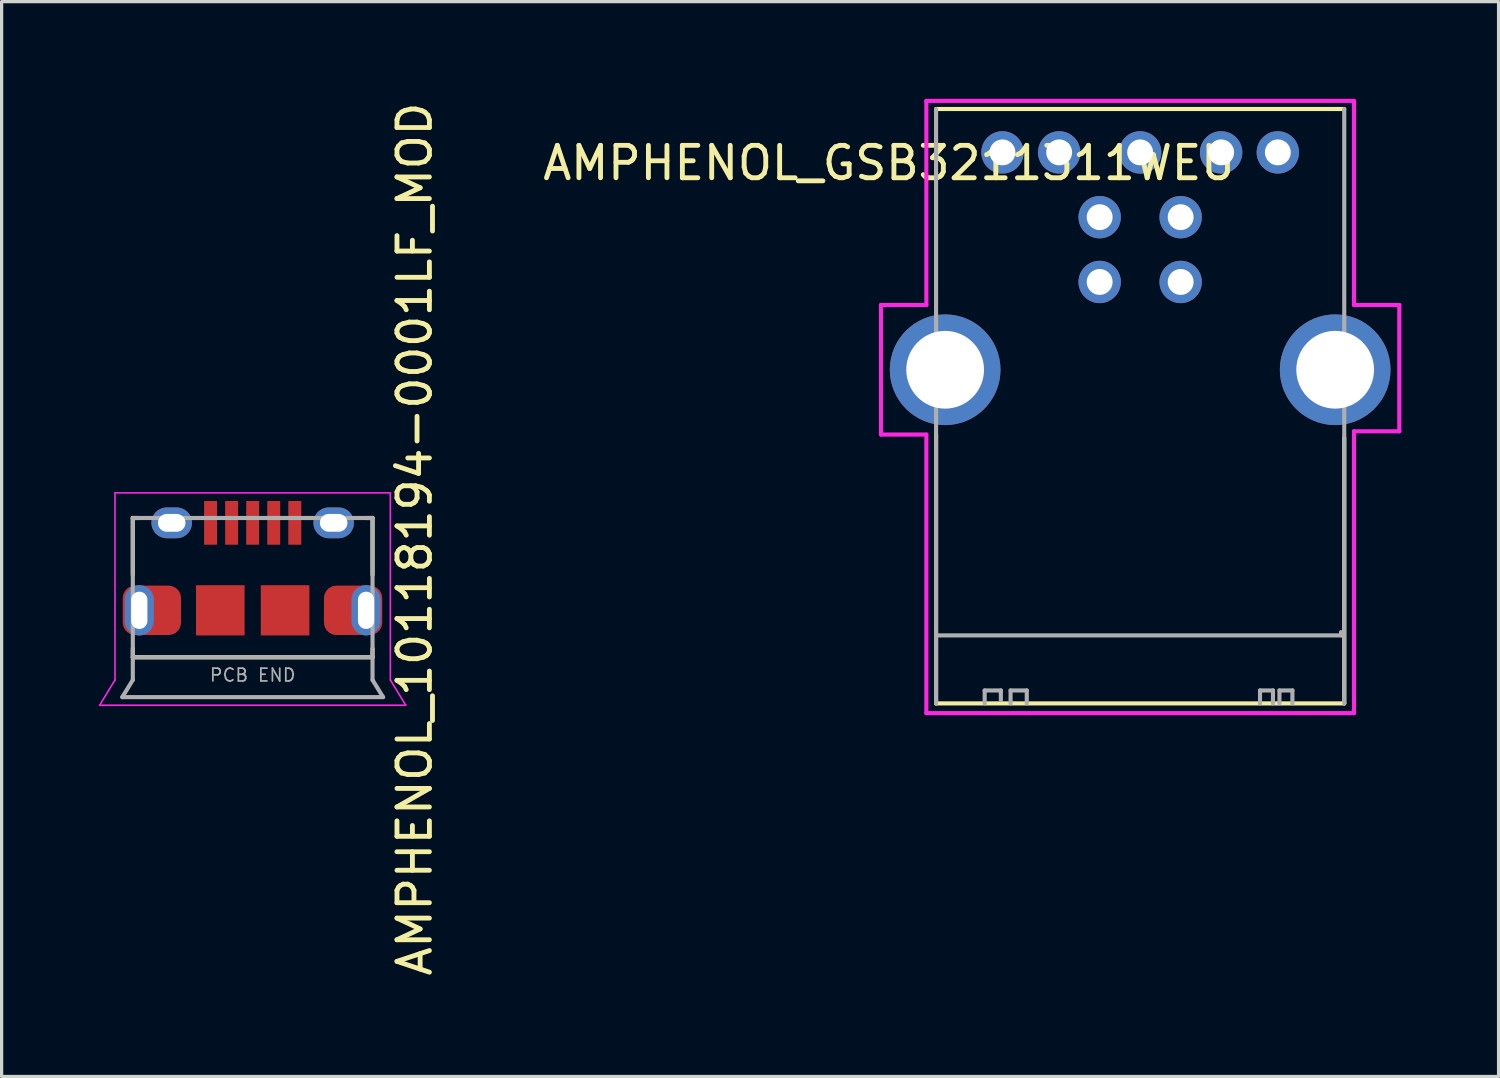
<source format=kicad_pcb>
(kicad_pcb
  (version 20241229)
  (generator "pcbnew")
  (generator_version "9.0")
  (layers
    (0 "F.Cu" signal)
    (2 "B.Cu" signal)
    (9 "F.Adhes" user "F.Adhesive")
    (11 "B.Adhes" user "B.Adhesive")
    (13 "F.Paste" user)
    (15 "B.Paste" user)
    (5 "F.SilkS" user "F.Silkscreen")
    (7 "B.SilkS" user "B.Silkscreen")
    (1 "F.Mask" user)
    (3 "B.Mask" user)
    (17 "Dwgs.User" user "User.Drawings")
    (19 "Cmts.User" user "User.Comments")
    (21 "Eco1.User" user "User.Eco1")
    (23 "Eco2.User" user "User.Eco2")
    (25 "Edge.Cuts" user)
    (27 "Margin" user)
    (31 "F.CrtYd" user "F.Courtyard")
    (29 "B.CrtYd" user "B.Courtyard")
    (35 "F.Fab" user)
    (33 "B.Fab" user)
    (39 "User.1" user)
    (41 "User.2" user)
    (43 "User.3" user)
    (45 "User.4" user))
  (footprint "AMPHENOL_GSB3211311WEU"
    (layer "F.Cu")
    (at 32.146 8.364)
    (property "Reference" "AMPHENOL_GSB3211311WEU" (at -7.744 -6.382 180) (layer "F.SilkS") (effects (font (size 1.001 1.001) (thickness 0.15))))
    (attr through_hole)
    (fp_line (start -6.3 2) (end -6.3 10.3) (stroke (width 0.127) (type solid)) (layer "F.SilkS"))
    (fp_line (start -6.3 10.3) (end 6.3 10.3) (stroke (width 0.127) (type solid)) (layer "F.SilkS"))
    (fp_line (start 6.3 -8.05) (end -6.3 -8.05) (stroke (width 0.127) (type solid)) (layer "F.SilkS"))
    (fp_line (start 6.3 10.3) (end 6.3 2.1) (stroke (width 0.127) (type solid)) (layer "F.SilkS"))
    (fp_line (start -8 -2) (end -6.6 -2) (stroke (width 0.127) (type solid)) (layer "F.CrtYd"))
    (fp_line (start -8 2) (end -8 -2) (stroke (width 0.127) (type solid)) (layer "F.CrtYd"))
    (fp_line (start -6.6 -8.3) (end 6.6 -8.3) (stroke (width 0.127) (type solid)) (layer "F.CrtYd"))
    (fp_line (start -6.6 -2) (end -6.6 -8.3) (stroke (width 0.127) (type solid)) (layer "F.CrtYd"))
    (fp_line (start -6.6 2) (end -8 2) (stroke (width 0.127) (type solid)) (layer "F.CrtYd"))
    (fp_line (start -6.6 10.6) (end -6.6 2) (stroke (width 0.127) (type solid)) (layer "F.CrtYd"))
    (fp_line (start 6.6 -8.3) (end 6.6 -2) (stroke (width 0.127) (type solid)) (layer "F.CrtYd"))
    (fp_line (start 6.6 -2) (end 8 -2) (stroke (width 0.127) (type solid)) (layer "F.CrtYd"))
    (fp_line (start 6.6 1.9) (end 6.6 10.6) (stroke (width 0.127) (type solid)) (layer "F.CrtYd"))
    (fp_line (start 6.6 10.6) (end -6.6 10.6) (stroke (width 0.127) (type solid)) (layer "F.CrtYd"))
    (fp_line (start 8 -2) (end 8 1.9) (stroke (width 0.127) (type solid)) (layer "F.CrtYd"))
    (fp_line (start 8 1.9) (end 6.6 1.9) (stroke (width 0.127) (type solid)) (layer "F.CrtYd"))
    (fp_line (start -6.3 -8.05) (end -6.3 8.2) (stroke (width 0.127) (type solid)) (layer "F.Fab"))
    (fp_line (start -6.3 8.2) (end -6.3 10.3) (stroke (width 0.127) (type solid)) (layer "F.Fab"))
    (fp_line (start -6.3 8.2) (end 6.2 8.2) (stroke (width 0.127) (type solid)) (layer "F.Fab"))
    (fp_line (start -4.8 9.9) (end -4.3 9.9) (stroke (width 0.127) (type solid)) (layer "F.Fab"))
    (fp_line (start -4.8 10.3) (end -4.8 9.9) (stroke (width 0.127) (type solid)) (layer "F.Fab"))
    (fp_line (start -4.3 9.9) (end -4.3 10.2) (stroke (width 0.127) (type solid)) (layer "F.Fab"))
    (fp_line (start -4 9.9) (end -3.5 9.9) (stroke (width 0.127) (type solid)) (layer "F.Fab"))
    (fp_line (start -4 10.3) (end -4 9.9) (stroke (width 0.127) (type solid)) (layer "F.Fab"))
    (fp_line (start -3.5 9.9) (end -3.5 10.3) (stroke (width 0.127) (type solid)) (layer "F.Fab"))
    (fp_line (start 3.7 9.9) (end 3.7 10.3) (stroke (width 0.127) (type solid)) (layer "F.Fab"))
    (fp_line (start 4.1 9.9) (end 3.7 9.9) (stroke (width 0.127) (type solid)) (layer "F.Fab"))
    (fp_line (start 4.1 10.3) (end 4.1 9.9) (stroke (width 0.127) (type solid)) (layer "F.Fab"))
    (fp_line (start 4.3 9.9) (end 4.7 9.9) (stroke (width 0.127) (type solid)) (layer "F.Fab"))
    (fp_line (start 4.3 10.3) (end 4.3 9.9) (stroke (width 0.127) (type solid)) (layer "F.Fab"))
    (fp_line (start 4.7 9.9) (end 4.7 10.3) (stroke (width 0.127) (type solid)) (layer "F.Fab"))
    (fp_line (start 6.2 8.2) (end 6.2 8.1) (stroke (width 0.127) (type solid)) (layer "F.Fab"))
    (fp_line (start 6.3 10.3) (end 6.3 -8.05) (stroke (width 0.127) (type solid)) (layer "F.Fab"))
    (pad "1" thru_hole circle (at 1.25 -4.71) (size 1.308 1.308) (drill 0.8) (layers "*.Cu" "*.Mask"))
    (pad "2" thru_hole circle (at -1.25 -4.71) (size 1.308 1.308) (drill 0.8) (layers "*.Cu" "*.Mask"))
    (pad "3" thru_hole circle (at -1.25 -2.71) (size 1.308 1.308) (drill 0.8) (layers "*.Cu" "*.Mask"))
    (pad "4" thru_hole circle (at 1.25 -2.71) (size 1.308 1.308) (drill 0.8) (layers "*.Cu" "*.Mask"))
    (pad "5" thru_hole circle (at -4.25 -6.71) (size 1.308 1.308) (drill 0.8) (layers "*.Cu" "*.Mask"))
    (pad "6" thru_hole circle (at -2.5 -6.71) (size 1.308 1.308) (drill 0.8) (layers "*.Cu" "*.Mask"))
    (pad "7" thru_hole circle (at 0 -6.71) (size 1.308 1.308) (drill 0.8) (layers "*.Cu" "*.Mask"))
    (pad "8" thru_hole circle (at 2.5 -6.71) (size 1.308 1.308) (drill 0.8) (layers "*.Cu" "*.Mask"))
    (pad "9" thru_hole circle (at 4.25 -6.71) (size 1.308 1.308) (drill 0.8) (layers "*.Cu" "*.Mask"))
    (pad "10" thru_hole circle (at -6.02 0) (size 3.416 3.416) (drill 2.4) (layers "*.Cu" "*.Mask"))
    (pad "10" thru_hole circle (at 6.02 0) (size 3.416 3.416) (drill 2.4) (layers "*.Cu" "*.Mask")))
  (footprint "AMPHENOL_10118194-0001LF_MOD"
    (layer "F.Cu")
    (at 4.75 15.79)
    (property "Reference" "AMPHENOL_10118194-0001LF_MOD" (at 5 -2.2 90) (layer "F.SilkS") (effects (font (size 1.001 1.001) (thickness 0.15))))
    (attr through_hole)
    (fp_line (start -3.7 -2.85) (end -3.7 -1.095) (stroke (width 0.127) (type solid)) (layer "F.SilkS"))
    (fp_line (start -3.7 -2.85) (end -3.52 -2.85) (stroke (width 0.127) (type solid)) (layer "F.SilkS"))
    (fp_line (start -3.7 1.45) (end -3.7 1.18) (stroke (width 0.127) (type solid)) (layer "F.SilkS"))
    (fp_line (start -3.7 1.45) (end 3.7 1.45) (stroke (width 0.127) (type solid)) (layer "F.SilkS"))
    (fp_line (start 3.7 -2.85) (end 3.52 -2.85) (stroke (width 0.127) (type solid)) (layer "F.SilkS"))
    (fp_line (start 3.7 -2.85) (end 3.7 -1.095) (stroke (width 0.127) (type solid)) (layer "F.SilkS"))
    (fp_line (start 3.7 1.18) (end 3.7 1.45) (stroke (width 0.127) (type solid)) (layer "F.SilkS"))
    (fp_line (start -3.5 -0.77) (end -3.5 -0.6) (stroke (width 0.0001) (type solid)) (layer "F.Paste"))
    (fp_line (start 3.5 0.77) (end 3.5 0.6) (stroke (width 0.0001) (type solid)) (layer "F.Paste"))
    (fp_poly (pts (xy -3.5 -0.775) (xy -3.5 -0.575) (xy -3.513 -0.575) (xy -3.526 -0.574) (xy -3.539 -0.572) (xy -3.552 -0.57) (xy -3.565 -0.566) (xy -3.577 -0.563) (xy -3.59 -0.558) (xy -3.602 -0.553) (xy -3.613 -0.548) (xy -3.625 -0.542) (xy -3.636 -0.535) (xy -3.647 -0.527) (xy -3.657 -0.519) (xy -3.667 -0.511) (xy -3.677 -0.502) (xy -3.686 -0.492) (xy -3.694 -0.482) (xy -3.702 -0.472) (xy -3.71 -0.461) (xy -3.717 -0.45) (xy -3.723 -0.438) (xy -3.728 -0.427) (xy -3.733 -0.415) (xy -3.738 -0.402) (xy -3.741 -0.39) (xy -3.745 -0.377) (xy -3.747 -0.364) (xy -3.749 -0.351) (xy -3.75 -0.338) (xy -3.75 -0.325) (xy -3.75 0.325) (xy -3.75 0.338) (xy -3.749 0.351) (xy -3.747 0.364) (xy -3.745 0.377) (xy -3.741 0.39) (xy -3.738 0.402) (xy -3.733 0.415) (xy -3.728 0.427) (xy -3.723 0.438) (xy -3.717 0.45) (xy -3.71 0.461) (xy -3.702 0.472) (xy -3.694 0.482) (xy -3.686 0.492) (xy -3.677 0.502) (xy -3.667 0.511) (xy -3.657 0.519) (xy -3.647 0.527) (xy -3.636 0.535) (xy -3.625 0.542) (xy -3.613 0.548) (xy -3.602 0.553) (xy -3.59 0.558) (xy -3.577 0.563) (xy -3.565 0.566) (xy -3.552 0.57) (xy -3.539 0.572) (xy -3.526 0.574) (xy -3.513 0.575) (xy -3.5 0.575) (xy -3.5 0.775) (xy -3.526 0.774) (xy -3.552 0.772) (xy -3.578 0.769) (xy -3.604 0.764) (xy -3.629 0.758) (xy -3.655 0.751) (xy -3.679 0.742) (xy -3.703 0.732) (xy -3.727 0.721) (xy -3.75 0.708) (xy -3.772 0.694) (xy -3.794 0.68) (xy -3.815 0.664) (xy -3.835 0.647) (xy -3.854 0.629) (xy -3.872 0.61) (xy -3.889 0.59) (xy -3.905 0.569) (xy -3.919 0.547) (xy -3.933 0.525) (xy -3.946 0.502) (xy -3.957 0.478) (xy -3.967 0.454) (xy -3.976 0.43) (xy -3.983 0.404) (xy -3.989 0.379) (xy -3.994 0.353) (xy -3.997 0.327) (xy -3.999 0.301) (xy -4 0.275) (xy -4 -0.275) (xy -3.999 -0.301) (xy -3.997 -0.327) (xy -3.994 -0.353) (xy -3.989 -0.379) (xy -3.983 -0.404) (xy -3.976 -0.43) (xy -3.967 -0.454) (xy -3.957 -0.478) (xy -3.946 -0.502) (xy -3.933 -0.525) (xy -3.919 -0.547) (xy -3.905 -0.569) (xy -3.889 -0.59) (xy -3.872 -0.61) (xy -3.854 -0.629) (xy -3.835 -0.647) (xy -3.815 -0.664) (xy -3.794 -0.68) (xy -3.772 -0.694) (xy -3.75 -0.708) (xy -3.727 -0.721) (xy -3.703 -0.732) (xy -3.679 -0.742) (xy -3.655 -0.751) (xy -3.629 -0.758) (xy -3.604 -0.764) (xy -3.578 -0.769) (xy -3.552 -0.772) (xy -3.526 -0.774) (xy -3.5 -0.775)) (stroke (width 0.0001) (type solid)) (fill yes) (layer "F.Paste"))
    (fp_poly (pts (xy 3.5 0.775) (xy 3.5 0.575) (xy 3.513 0.575) (xy 3.526 0.574) (xy 3.539 0.572) (xy 3.552 0.57) (xy 3.565 0.566) (xy 3.577 0.563) (xy 3.59 0.558) (xy 3.602 0.553) (xy 3.613 0.548) (xy 3.625 0.542) (xy 3.636 0.535) (xy 3.647 0.527) (xy 3.657 0.519) (xy 3.667 0.511) (xy 3.677 0.502) (xy 3.686 0.492) (xy 3.694 0.482) (xy 3.702 0.472) (xy 3.71 0.461) (xy 3.717 0.45) (xy 3.723 0.438) (xy 3.728 0.427) (xy 3.733 0.415) (xy 3.738 0.402) (xy 3.741 0.39) (xy 3.745 0.377) (xy 3.747 0.364) (xy 3.749 0.351) (xy 3.75 0.338) (xy 3.75 0.325) (xy 3.75 -0.325) (xy 3.75 -0.338) (xy 3.749 -0.351) (xy 3.747 -0.364) (xy 3.745 -0.377) (xy 3.741 -0.39) (xy 3.738 -0.402) (xy 3.733 -0.415) (xy 3.728 -0.427) (xy 3.723 -0.438) (xy 3.717 -0.45) (xy 3.71 -0.461) (xy 3.702 -0.472) (xy 3.694 -0.482) (xy 3.686 -0.492) (xy 3.677 -0.502) (xy 3.667 -0.511) (xy 3.657 -0.519) (xy 3.647 -0.527) (xy 3.636 -0.535) (xy 3.625 -0.542) (xy 3.613 -0.548) (xy 3.602 -0.553) (xy 3.59 -0.558) (xy 3.577 -0.563) (xy 3.565 -0.566) (xy 3.552 -0.57) (xy 3.539 -0.572) (xy 3.526 -0.574) (xy 3.513 -0.575) (xy 3.5 -0.575) (xy 3.5 -0.775) (xy 3.526 -0.774) (xy 3.552 -0.772) (xy 3.578 -0.769) (xy 3.604 -0.764) (xy 3.629 -0.758) (xy 3.655 -0.751) (xy 3.679 -0.742) (xy 3.703 -0.732) (xy 3.727 -0.721) (xy 3.75 -0.708) (xy 3.772 -0.694) (xy 3.794 -0.68) (xy 3.815 -0.664) (xy 3.835 -0.647) (xy 3.854 -0.629) (xy 3.872 -0.61) (xy 3.889 -0.59) (xy 3.905 -0.569) (xy 3.919 -0.547) (xy 3.933 -0.525) (xy 3.946 -0.502) (xy 3.957 -0.478) (xy 3.967 -0.454) (xy 3.976 -0.43) (xy 3.983 -0.404) (xy 3.989 -0.379) (xy 3.994 -0.353) (xy 3.997 -0.327) (xy 3.999 -0.301) (xy 4 -0.275) (xy 4 0.275) (xy 3.999 0.301) (xy 3.997 0.327) (xy 3.994 0.353) (xy 3.989 0.379) (xy 3.983 0.404) (xy 3.976 0.43) (xy 3.967 0.454) (xy 3.957 0.478) (xy 3.946 0.502) (xy 3.933 0.525) (xy 3.919 0.547) (xy 3.905 0.569) (xy 3.889 0.59) (xy 3.872 0.61) (xy 3.854 0.629) (xy 3.835 0.647) (xy 3.815 0.664) (xy 3.794 0.68) (xy 3.772 0.694) (xy 3.75 0.708) (xy 3.727 0.721) (xy 3.703 0.732) (xy 3.679 0.742) (xy 3.655 0.751) (xy 3.629 0.758) (xy 3.604 0.764) (xy 3.578 0.769) (xy 3.552 0.772) (xy 3.526 0.774) (xy 3.5 0.775)) (stroke (width 0.0001) (type solid)) (fill yes) (layer "F.Paste"))
    (fp_line (start -4.725 2.93) (end -4.25 2.15) (stroke (width 0.05) (type solid)) (layer "F.CrtYd"))
    (fp_line (start -4.25 -3.625) (end 4.25 -3.625) (stroke (width 0.05) (type solid)) (layer "F.CrtYd"))
    (fp_line (start -4.25 2.15) (end -4.25 -3.625) (stroke (width 0.05) (type solid)) (layer "F.CrtYd"))
    (fp_line (start 4.25 2.15) (end 4.25 -3.625) (stroke (width 0.05) (type solid)) (layer "F.CrtYd"))
    (fp_line (start 4.725 2.93) (end -4.725 2.93) (stroke (width 0.05) (type solid)) (layer "F.CrtYd"))
    (fp_line (start 4.725 2.93) (end 4.25 2.15) (stroke (width 0.05) (type solid)) (layer "F.CrtYd"))
    (fp_line (start -4.025 2.68) (end 4.025 2.68) (stroke (width 0.127) (type solid)) (layer "F.Fab"))
    (fp_line (start -3.7 -2.85) (end -3.7 1.45) (stroke (width 0.127) (type solid)) (layer "F.Fab"))
    (fp_line (start -3.7 -2.85) (end 3.7 -2.85) (stroke (width 0.127) (type solid)) (layer "F.Fab"))
    (fp_line (start -3.7 1.45) (end -3.7 2.15) (stroke (width 0.127) (type solid)) (layer "F.Fab"))
    (fp_line (start -3.7 1.45) (end 3.7 1.45) (stroke (width 0.127) (type solid)) (layer "F.Fab"))
    (fp_line (start -3.7 2.15) (end -4.025 2.68) (stroke (width 0.127) (type solid)) (layer "F.Fab"))
    (fp_line (start 3.7 1.45) (end 3.7 -2.85) (stroke (width 0.127) (type solid)) (layer "F.Fab"))
    (fp_line (start 3.7 2.15) (end 3.7 1.45) (stroke (width 0.127) (type solid)) (layer "F.Fab"))
    (fp_line (start 4.025 2.68) (end 3.7 2.15) (stroke (width 0.127) (type solid)) (layer "F.Fab"))
    (fp_text user "PCB END" (at 0 2 0) (layer "F.Fab") (effects (font (size 0.394 0.394) (thickness 0.054))))
    (pad "1" smd rect (at -1.3 -2.7) (size 0.4 1.35) (layers "F.Cu" "F.Mask" "F.Paste"))
    (pad "2" smd rect (at -0.65 -2.7) (size 0.4 1.35) (layers "F.Cu" "F.Mask" "F.Paste"))
    (pad "3" smd rect (at 0 -2.7) (size 0.4 1.35) (layers "F.Cu" "F.Mask" "F.Paste"))
    (pad "4" smd rect (at 0.65 -2.7) (size 0.4 1.35) (layers "F.Cu" "F.Mask" "F.Paste"))
    (pad "5" smd rect (at 1.3 -2.7) (size 0.4 1.35) (layers "F.Cu" "F.Mask" "F.Paste"))
    (pad "6" thru_hole oval (at -3.5 0) (size 0.9 1.55) (drill oval 0.5 1.15) (layers "*.Cu" "*.Mask"))
    (pad "6" smd roundrect (at -3.112 0) (size 1.8 1.524) (layers "F.Cu" "F.Mask" "F.Paste") (roundrect_rratio 0.25))
    (pad "6" thru_hole oval (at -2.5 -2.7) (size 1.25 0.95) (drill oval 0.85 0.55) (layers "*.Cu" "*.Mask"))
    (pad "6" smd rect (at -1 0) (size 1.5 1.55) (layers "F.Cu" "F.Mask" "F.Paste"))
    (pad "6" smd rect (at 1 0) (size 1.5 1.55) (layers "F.Cu" "F.Mask" "F.Paste"))
    (pad "6" thru_hole oval (at 2.5 -2.7) (size 1.25 0.95) (drill oval 0.85 0.55) (layers "*.Cu" "*.Mask"))
    (pad "6" smd roundrect (at 3.1 0) (size 1.8 1.524) (layers "F.Cu" "F.Mask" "F.Paste") (roundrect_rratio 0.25))
    (pad "6" thru_hole oval (at 3.5 0) (size 0.9 1.55) (drill oval 0.5 1.15) (layers "*.Cu" "*.Mask")))
  (gr_rect
    (start -3 -3)
    (end 43.21 30.18)
    (stroke (width 0.1) (type default))
    (fill no)
    (layer "Edge.Cuts")))
</source>
